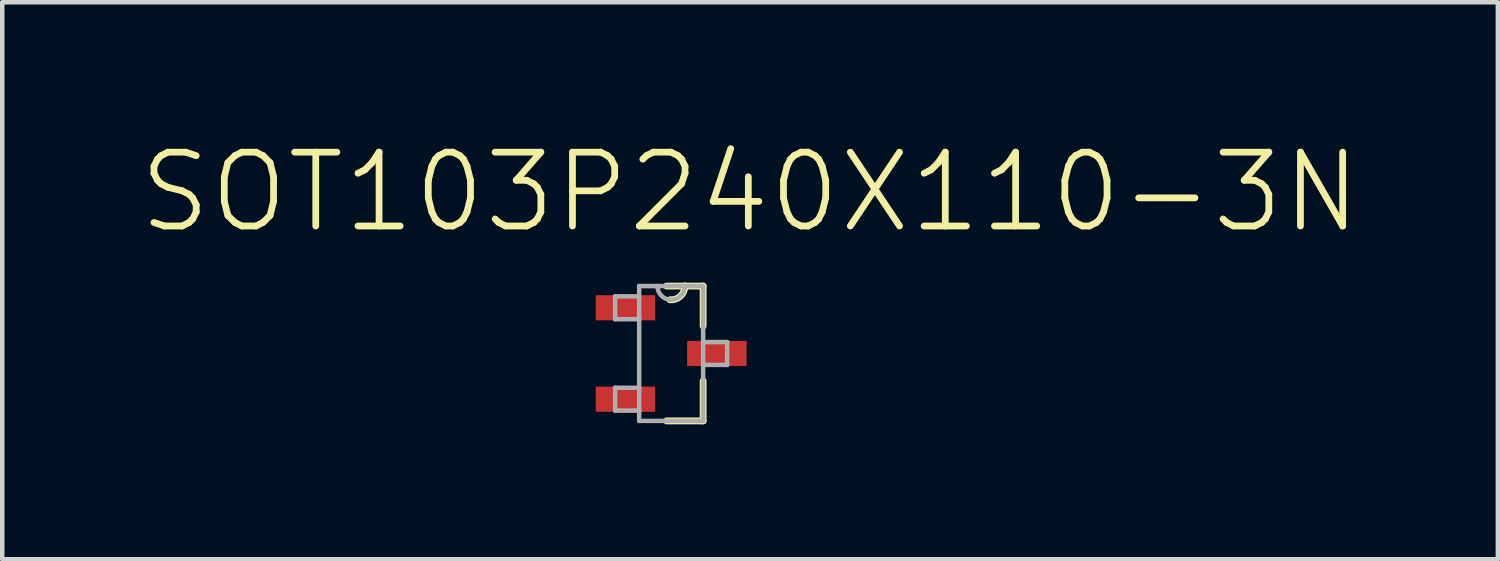
<source format=kicad_pcb>
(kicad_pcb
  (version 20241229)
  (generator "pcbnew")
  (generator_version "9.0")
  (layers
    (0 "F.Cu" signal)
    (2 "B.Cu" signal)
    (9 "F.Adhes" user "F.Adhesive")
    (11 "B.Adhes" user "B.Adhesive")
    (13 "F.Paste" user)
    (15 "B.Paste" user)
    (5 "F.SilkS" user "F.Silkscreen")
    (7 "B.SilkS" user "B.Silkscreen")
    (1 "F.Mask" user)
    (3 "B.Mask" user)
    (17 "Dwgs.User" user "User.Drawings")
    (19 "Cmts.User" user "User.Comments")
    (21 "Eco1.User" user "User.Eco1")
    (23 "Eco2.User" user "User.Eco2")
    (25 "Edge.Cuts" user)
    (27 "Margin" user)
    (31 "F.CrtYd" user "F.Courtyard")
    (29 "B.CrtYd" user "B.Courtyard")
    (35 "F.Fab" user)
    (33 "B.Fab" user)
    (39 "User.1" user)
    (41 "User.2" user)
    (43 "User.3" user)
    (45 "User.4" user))
  (footprint "SOT103P240X110-3N"
    (layer "F.Cu")
    (at 11.872 4.809)
    (property "Reference" "SOT103P240X110-3N" (at 1.755 -3.586 0) (layer "F.SilkS") (effects (font (size 1.642 1.642) (thickness 0.15))))
    (attr smd)
    (fp_line (start -0.102 1.499) (end 0.711 1.499) (stroke (width 0.152) (type solid)) (layer "F.SilkS"))
    (fp_line (start 0.305 -1.499) (end -0.102 -1.499) (stroke (width 0.152) (type solid)) (layer "F.SilkS"))
    (fp_line (start 0.711 -1.499) (end 0.305 -1.499) (stroke (width 0.152) (type solid)) (layer "F.SilkS"))
    (fp_line (start 0.711 -0.61) (end 0.711 -1.499) (stroke (width 0.152) (type solid)) (layer "F.SilkS"))
    (fp_line (start 0.711 1.499) (end 0.711 0.61) (stroke (width 0.152) (type solid)) (layer "F.SilkS"))
    (fp_arc (start 0.3048 -1.4986) (mid 0.206758 -1.273554) (end -0.0254 -1.1938) (stroke (width 0.1524) (type solid)) (layer "F.SilkS"))
    (fp_line (start -1.245 -1.27) (end -1.245 -0.762) (stroke (width 0.1) (type solid)) (layer "F.Fab"))
    (fp_line (start -1.245 -0.762) (end -0.711 -0.762) (stroke (width 0.1) (type solid)) (layer "F.Fab"))
    (fp_line (start -1.245 0.762) (end -1.245 1.27) (stroke (width 0.1) (type solid)) (layer "F.Fab"))
    (fp_line (start -1.245 1.27) (end -0.711 1.27) (stroke (width 0.1) (type solid)) (layer "F.Fab"))
    (fp_line (start -0.711 -1.499) (end -0.711 -1.27) (stroke (width 0.1) (type solid)) (layer "F.Fab"))
    (fp_line (start -0.711 -1.27) (end -1.245 -1.27) (stroke (width 0.1) (type solid)) (layer "F.Fab"))
    (fp_line (start -0.711 -1.27) (end -0.711 -0.762) (stroke (width 0.1) (type solid)) (layer "F.Fab"))
    (fp_line (start -0.711 -0.762) (end -0.711 0.762) (stroke (width 0.1) (type solid)) (layer "F.Fab"))
    (fp_line (start -0.711 0.762) (end -1.245 0.762) (stroke (width 0.1) (type solid)) (layer "F.Fab"))
    (fp_line (start -0.711 1.27) (end -0.711 0.762) (stroke (width 0.1) (type solid)) (layer "F.Fab"))
    (fp_line (start -0.711 1.499) (end -0.711 1.27) (stroke (width 0.1) (type solid)) (layer "F.Fab"))
    (fp_line (start -0.711 1.499) (end 0.711 1.499) (stroke (width 0.1) (type solid)) (layer "F.Fab"))
    (fp_line (start -0.305 -1.499) (end -0.711 -1.499) (stroke (width 0.1) (type solid)) (layer "F.Fab"))
    (fp_line (start 0.305 -1.499) (end -0.305 -1.499) (stroke (width 0.1) (type solid)) (layer "F.Fab"))
    (fp_line (start 0.711 -1.499) (end 0.305 -1.499) (stroke (width 0.1) (type solid)) (layer "F.Fab"))
    (fp_line (start 0.711 -0.254) (end 0.711 -1.499) (stroke (width 0.1) (type solid)) (layer "F.Fab"))
    (fp_line (start 0.711 0.254) (end 0.711 -0.254) (stroke (width 0.1) (type solid)) (layer "F.Fab"))
    (fp_line (start 0.711 0.254) (end 1.245 0.254) (stroke (width 0.1) (type solid)) (layer "F.Fab"))
    (fp_line (start 0.711 1.499) (end 0.711 0.254) (stroke (width 0.1) (type solid)) (layer "F.Fab"))
    (fp_line (start 1.245 -0.254) (end 0.711 -0.254) (stroke (width 0.1) (type solid)) (layer "F.Fab"))
    (fp_line (start 1.245 0.254) (end 1.245 -0.254) (stroke (width 0.1) (type solid)) (layer "F.Fab"))
    (fp_arc (start 0.3048 -1.4986) (mid 0 -1.1938) (end -0.3048 -1.4986) (stroke (width 0.1) (type solid)) (layer "F.Fab"))
    (pad "1" smd rect (at -1.016 -1.016) (size 1.321 0.559) (layers "F.Cu" "F.Mask" "F.Paste"))
    (pad "2" smd rect (at -1.016 1.016) (size 1.321 0.559) (layers "F.Cu" "F.Mask" "F.Paste"))
    (pad "3" smd rect (at 1.016 0) (size 1.321 0.559) (layers "F.Cu" "F.Mask" "F.Paste")))
  (gr_rect
    (start -3 -3)
    (end 30.253 9.384)
    (stroke (width 0.1) (type default))
    (fill no)
    (layer "Edge.Cuts")))
</source>
